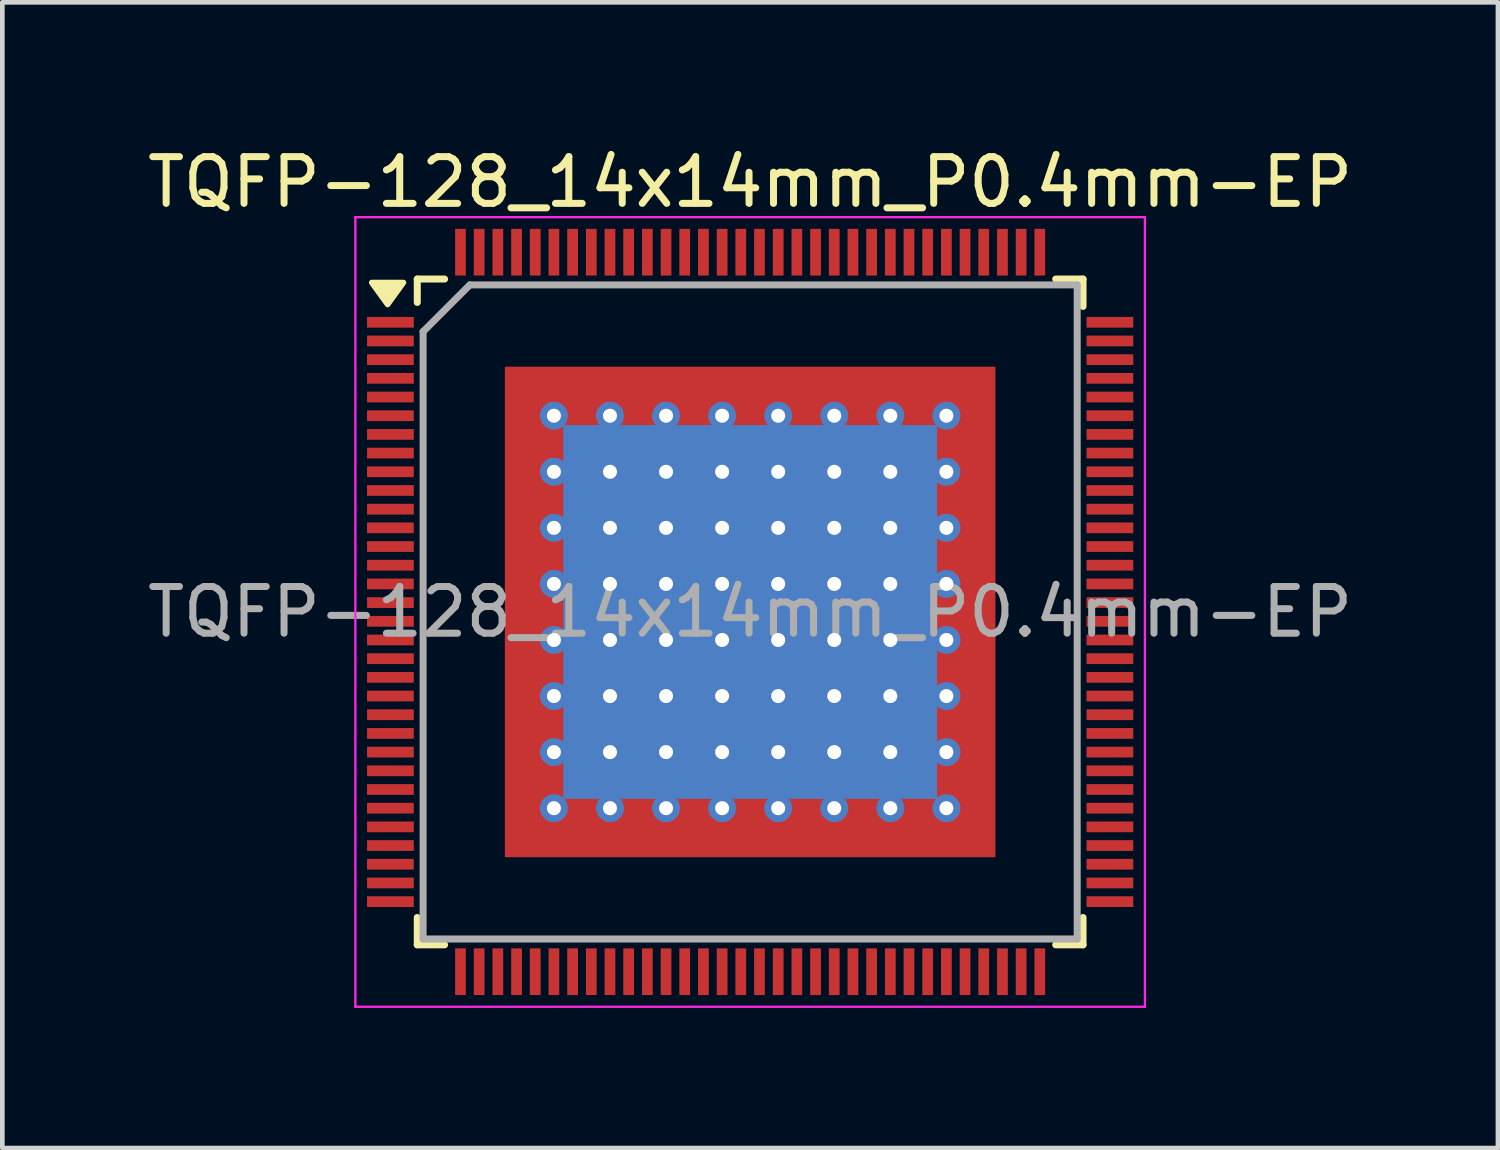
<source format=kicad_pcb>
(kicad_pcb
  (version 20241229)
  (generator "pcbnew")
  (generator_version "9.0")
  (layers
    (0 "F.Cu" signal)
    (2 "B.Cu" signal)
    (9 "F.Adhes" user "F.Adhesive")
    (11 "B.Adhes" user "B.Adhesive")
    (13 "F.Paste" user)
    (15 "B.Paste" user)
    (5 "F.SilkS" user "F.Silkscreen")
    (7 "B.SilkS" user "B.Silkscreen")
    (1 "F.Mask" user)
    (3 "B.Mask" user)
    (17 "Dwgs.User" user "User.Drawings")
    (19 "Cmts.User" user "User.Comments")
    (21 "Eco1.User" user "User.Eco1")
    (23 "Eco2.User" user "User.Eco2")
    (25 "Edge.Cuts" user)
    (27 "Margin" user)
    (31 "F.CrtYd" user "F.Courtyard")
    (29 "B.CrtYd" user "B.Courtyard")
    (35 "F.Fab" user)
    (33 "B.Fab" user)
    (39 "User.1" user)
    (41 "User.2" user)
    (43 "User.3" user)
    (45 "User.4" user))
  (footprint "TQFP-128_14x14mm_P0.4mm-EP"
    (layer "F.Cu")
    (at 13.006 10.048)
    (property "Reference" "TQFP-128_14x14mm_P0.4mm-EP" (at 0 -9.2 0) (layer "F.SilkS") (effects (font (size 1 1) (thickness 0.15))))
    (attr smd)
    (fp_line (start -7.125 -7.125) (end -7.125 -6.625) (stroke (width 0.15) (type solid)) (layer "F.SilkS"))
    (fp_line (start -7.125 -7.125) (end -6.54 -7.125) (stroke (width 0.15) (type solid)) (layer "F.SilkS"))
    (fp_line (start -7.125 7.125) (end -7.125 6.54) (stroke (width 0.15) (type solid)) (layer "F.SilkS"))
    (fp_line (start -7.125 7.125) (end -6.54 7.125) (stroke (width 0.15) (type solid)) (layer "F.SilkS"))
    (fp_line (start 7.125 -7.125) (end 6.54 -7.125) (stroke (width 0.15) (type solid)) (layer "F.SilkS"))
    (fp_line (start 7.125 -7.125) (end 7.125 -6.54) (stroke (width 0.15) (type solid)) (layer "F.SilkS"))
    (fp_line (start 7.125 7.125) (end 6.54 7.125) (stroke (width 0.15) (type solid)) (layer "F.SilkS"))
    (fp_line (start 7.125 7.125) (end 7.125 6.54) (stroke (width 0.15) (type solid)) (layer "F.SilkS"))
    (fp_poly (pts (xy -7.76 -6.58) (xy -8.1 -7.05) (xy -7.42 -7.05) (xy -7.76 -6.58)) (stroke (width 0.12) (type solid)) (fill yes) (layer "F.SilkS"))
    (fp_line (start -8.45 -8.45) (end -8.45 8.45) (stroke (width 0.05) (type solid)) (layer "F.CrtYd"))
    (fp_line (start -8.45 -8.45) (end 8.45 -8.45) (stroke (width 0.05) (type solid)) (layer "F.CrtYd"))
    (fp_line (start -8.45 8.45) (end 8.45 8.45) (stroke (width 0.05) (type solid)) (layer "F.CrtYd"))
    (fp_line (start 8.45 -8.45) (end 8.45 8.45) (stroke (width 0.05) (type solid)) (layer "F.CrtYd"))
    (fp_line (start -7 -6) (end -6 -7) (stroke (width 0.15) (type solid)) (layer "F.Fab"))
    (fp_line (start -7 7) (end -7 -6) (stroke (width 0.15) (type solid)) (layer "F.Fab"))
    (fp_line (start -6 -7) (end 7 -7) (stroke (width 0.15) (type solid)) (layer "F.Fab"))
    (fp_line (start 7 -7) (end 7 7) (stroke (width 0.15) (type solid)) (layer "F.Fab"))
    (fp_line (start 7 7) (end -7 7) (stroke (width 0.15) (type solid)) (layer "F.Fab"))
    (fp_text user "${REFERENCE}" (at 0 0 0) (layer "F.Fab") (effects (font (size 1 1) (thickness 0.15))))
    (pad "" smd rect (at -1.1 -1.1 180) (size 1.75 1.75) (layers "F.Paste"))
    (pad "" smd rect (at -1.1 1.1 180) (size 1.75 1.75) (layers "F.Paste"))
    (pad "" smd rect (at 0 0 180) (size 4.4 4.4) (layers "F.Mask"))
    (pad "" smd rect (at 1.1 -1.1 180) (size 1.75 1.75) (layers "F.Paste"))
    (pad "" smd rect (at 1.1 1.1 180) (size 1.75 1.75) (layers "F.Paste"))
    (pad "1" smd rect (at -7.7 -6.2) (size 1 0.23) (layers "F.Cu" "F.Mask" "F.Paste"))
    (pad "2" smd rect (at -7.7 -5.8) (size 1 0.23) (layers "F.Cu" "F.Mask" "F.Paste"))
    (pad "3" smd rect (at -7.7 -5.4) (size 1 0.23) (layers "F.Cu" "F.Mask" "F.Paste"))
    (pad "4" smd rect (at -7.7 -5) (size 1 0.23) (layers "F.Cu" "F.Mask" "F.Paste"))
    (pad "5" smd rect (at -7.7 -4.6) (size 1 0.23) (layers "F.Cu" "F.Mask" "F.Paste"))
    (pad "6" smd rect (at -7.7 -4.2) (size 1 0.23) (layers "F.Cu" "F.Mask" "F.Paste"))
    (pad "7" smd rect (at -7.7 -3.8) (size 1 0.23) (layers "F.Cu" "F.Mask" "F.Paste"))
    (pad "8" smd rect (at -7.7 -3.4) (size 1 0.23) (layers "F.Cu" "F.Mask" "F.Paste"))
    (pad "9" smd rect (at -7.7 -3) (size 1 0.23) (layers "F.Cu" "F.Mask" "F.Paste"))
    (pad "10" smd rect (at -7.7 -2.6) (size 1 0.23) (layers "F.Cu" "F.Mask" "F.Paste"))
    (pad "11" smd rect (at -7.7 -2.2) (size 1 0.23) (layers "F.Cu" "F.Mask" "F.Paste"))
    (pad "12" smd rect (at -7.7 -1.8) (size 1 0.23) (layers "F.Cu" "F.Mask" "F.Paste"))
    (pad "13" smd rect (at -7.7 -1.4) (size 1 0.23) (layers "F.Cu" "F.Mask" "F.Paste"))
    (pad "14" smd rect (at -7.7 -1) (size 1 0.23) (layers "F.Cu" "F.Mask" "F.Paste"))
    (pad "15" smd rect (at -7.7 -0.6) (size 1 0.23) (layers "F.Cu" "F.Mask" "F.Paste"))
    (pad "16" smd rect (at -7.7 -0.2) (size 1 0.23) (layers "F.Cu" "F.Mask" "F.Paste"))
    (pad "17" smd rect (at -7.7 0.2) (size 1 0.23) (layers "F.Cu" "F.Mask" "F.Paste"))
    (pad "18" smd rect (at -7.7 0.6) (size 1 0.23) (layers "F.Cu" "F.Mask" "F.Paste"))
    (pad "19" smd rect (at -7.7 1) (size 1 0.23) (layers "F.Cu" "F.Mask" "F.Paste"))
    (pad "20" smd rect (at -7.7 1.4) (size 1 0.23) (layers "F.Cu" "F.Mask" "F.Paste"))
    (pad "21" smd rect (at -7.7 1.8) (size 1 0.23) (layers "F.Cu" "F.Mask" "F.Paste"))
    (pad "22" smd rect (at -7.7 2.2) (size 1 0.23) (layers "F.Cu" "F.Mask" "F.Paste"))
    (pad "23" smd rect (at -7.7 2.6) (size 1 0.23) (layers "F.Cu" "F.Mask" "F.Paste"))
    (pad "24" smd rect (at -7.7 3) (size 1 0.23) (layers "F.Cu" "F.Mask" "F.Paste"))
    (pad "25" smd rect (at -7.7 3.4) (size 1 0.23) (layers "F.Cu" "F.Mask" "F.Paste"))
    (pad "26" smd rect (at -7.7 3.8) (size 1 0.23) (layers "F.Cu" "F.Mask" "F.Paste"))
    (pad "27" smd rect (at -7.7 4.2) (size 1 0.23) (layers "F.Cu" "F.Mask" "F.Paste"))
    (pad "28" smd rect (at -7.7 4.6) (size 1 0.23) (layers "F.Cu" "F.Mask" "F.Paste"))
    (pad "29" smd rect (at -7.7 5) (size 1 0.23) (layers "F.Cu" "F.Mask" "F.Paste"))
    (pad "30" smd rect (at -7.7 5.4) (size 1 0.23) (layers "F.Cu" "F.Mask" "F.Paste"))
    (pad "31" smd rect (at -7.7 5.8) (size 1 0.23) (layers "F.Cu" "F.Mask" "F.Paste"))
    (pad "32" smd rect (at -7.7 6.2) (size 1 0.23) (layers "F.Cu" "F.Mask" "F.Paste"))
    (pad "33" smd rect (at -6.2 7.7 90) (size 1 0.23) (layers "F.Cu" "F.Mask" "F.Paste"))
    (pad "34" smd rect (at -5.8 7.7 90) (size 1 0.23) (layers "F.Cu" "F.Mask" "F.Paste"))
    (pad "35" smd rect (at -5.4 7.7 90) (size 1 0.23) (layers "F.Cu" "F.Mask" "F.Paste"))
    (pad "36" smd rect (at -5 7.7 90) (size 1 0.23) (layers "F.Cu" "F.Mask" "F.Paste"))
    (pad "37" smd rect (at -4.6 7.7 90) (size 1 0.23) (layers "F.Cu" "F.Mask" "F.Paste"))
    (pad "38" smd rect (at -4.2 7.7 90) (size 1 0.23) (layers "F.Cu" "F.Mask" "F.Paste"))
    (pad "39" smd rect (at -3.8 7.7 90) (size 1 0.23) (layers "F.Cu" "F.Mask" "F.Paste"))
    (pad "40" smd rect (at -3.4 7.7 90) (size 1 0.23) (layers "F.Cu" "F.Mask" "F.Paste"))
    (pad "41" smd rect (at -3 7.7 90) (size 1 0.23) (layers "F.Cu" "F.Mask" "F.Paste"))
    (pad "42" smd rect (at -2.6 7.7 90) (size 1 0.23) (layers "F.Cu" "F.Mask" "F.Paste"))
    (pad "43" smd rect (at -2.2 7.7 90) (size 1 0.23) (layers "F.Cu" "F.Mask" "F.Paste"))
    (pad "44" smd rect (at -1.8 7.7 90) (size 1 0.23) (layers "F.Cu" "F.Mask" "F.Paste"))
    (pad "45" smd rect (at -1.4 7.7 90) (size 1 0.23) (layers "F.Cu" "F.Mask" "F.Paste"))
    (pad "46" smd rect (at -1 7.7 90) (size 1 0.23) (layers "F.Cu" "F.Mask" "F.Paste"))
    (pad "47" smd rect (at -0.6 7.7 90) (size 1 0.23) (layers "F.Cu" "F.Mask" "F.Paste"))
    (pad "48" smd rect (at -0.2 7.7 90) (size 1 0.23) (layers "F.Cu" "F.Mask" "F.Paste"))
    (pad "49" smd rect (at 0.2 7.7 90) (size 1 0.23) (layers "F.Cu" "F.Mask" "F.Paste"))
    (pad "50" smd rect (at 0.6 7.7 90) (size 1 0.23) (layers "F.Cu" "F.Mask" "F.Paste"))
    (pad "51" smd rect (at 1 7.7 90) (size 1 0.23) (layers "F.Cu" "F.Mask" "F.Paste"))
    (pad "52" smd rect (at 1.4 7.7 90) (size 1 0.23) (layers "F.Cu" "F.Mask" "F.Paste"))
    (pad "53" smd rect (at 1.8 7.7 90) (size 1 0.23) (layers "F.Cu" "F.Mask" "F.Paste"))
    (pad "54" smd rect (at 2.2 7.7 90) (size 1 0.23) (layers "F.Cu" "F.Mask" "F.Paste"))
    (pad "55" smd rect (at 2.6 7.7 90) (size 1 0.23) (layers "F.Cu" "F.Mask" "F.Paste"))
    (pad "56" smd rect (at 3 7.7 90) (size 1 0.23) (layers "F.Cu" "F.Mask" "F.Paste"))
    (pad "57" smd rect (at 3.4 7.7 90) (size 1 0.23) (layers "F.Cu" "F.Mask" "F.Paste"))
    (pad "58" smd rect (at 3.8 7.7 90) (size 1 0.23) (layers "F.Cu" "F.Mask" "F.Paste"))
    (pad "59" smd rect (at 4.2 7.7 90) (size 1 0.23) (layers "F.Cu" "F.Mask" "F.Paste"))
    (pad "60" smd rect (at 4.6 7.7 90) (size 1 0.23) (layers "F.Cu" "F.Mask" "F.Paste"))
    (pad "61" smd rect (at 5 7.7 90) (size 1 0.23) (layers "F.Cu" "F.Mask" "F.Paste"))
    (pad "62" smd rect (at 5.4 7.7 90) (size 1 0.23) (layers "F.Cu" "F.Mask" "F.Paste"))
    (pad "63" smd rect (at 5.8 7.7 90) (size 1 0.23) (layers "F.Cu" "F.Mask" "F.Paste"))
    (pad "64" smd rect (at 6.2 7.7 90) (size 1 0.23) (layers "F.Cu" "F.Mask" "F.Paste"))
    (pad "65" smd rect (at 0 0 180) (size 8 8) (layers "B.Cu"))
    (pad "65" smd rect (at 7.7 6.2) (size 1 0.23) (layers "F.Cu" "F.Mask" "F.Paste"))
    (pad "66" smd rect (at 7.7 5.8) (size 1 0.23) (layers "F.Cu" "F.Mask" "F.Paste"))
    (pad "67" smd rect (at 7.7 5.4) (size 1 0.23) (layers "F.Cu" "F.Mask" "F.Paste"))
    (pad "68" smd rect (at 7.7 5) (size 1 0.23) (layers "F.Cu" "F.Mask" "F.Paste"))
    (pad "69" smd rect (at 7.7 4.6) (size 1 0.23) (layers "F.Cu" "F.Mask" "F.Paste"))
    (pad "70" smd rect (at 7.7 4.2) (size 1 0.23) (layers "F.Cu" "F.Mask" "F.Paste"))
    (pad "71" smd rect (at 7.7 3.8) (size 1 0.23) (layers "F.Cu" "F.Mask" "F.Paste"))
    (pad "72" smd rect (at 7.7 3.4) (size 1 0.23) (layers "F.Cu" "F.Mask" "F.Paste"))
    (pad "73" smd rect (at 7.7 3) (size 1 0.23) (layers "F.Cu" "F.Mask" "F.Paste"))
    (pad "74" smd rect (at 7.7 2.6) (size 1 0.23) (layers "F.Cu" "F.Mask" "F.Paste"))
    (pad "75" smd rect (at 7.7 2.2) (size 1 0.23) (layers "F.Cu" "F.Mask" "F.Paste"))
    (pad "76" smd rect (at 7.7 1.8) (size 1 0.23) (layers "F.Cu" "F.Mask" "F.Paste"))
    (pad "77" smd rect (at 7.7 1.4) (size 1 0.23) (layers "F.Cu" "F.Mask" "F.Paste"))
    (pad "78" smd rect (at 7.7 1) (size 1 0.23) (layers "F.Cu" "F.Mask" "F.Paste"))
    (pad "79" smd rect (at 7.7 0.6) (size 1 0.23) (layers "F.Cu" "F.Mask" "F.Paste"))
    (pad "80" smd rect (at 7.7 0.2) (size 1 0.23) (layers "F.Cu" "F.Mask" "F.Paste"))
    (pad "81" smd rect (at 7.7 -0.2) (size 1 0.23) (layers "F.Cu" "F.Mask" "F.Paste"))
    (pad "82" smd rect (at 7.7 -0.6) (size 1 0.23) (layers "F.Cu" "F.Mask" "F.Paste"))
    (pad "83" smd rect (at 7.7 -1) (size 1 0.23) (layers "F.Cu" "F.Mask" "F.Paste"))
    (pad "84" smd rect (at 7.7 -1.4) (size 1 0.23) (layers "F.Cu" "F.Mask" "F.Paste"))
    (pad "85" smd rect (at 7.7 -1.8) (size 1 0.23) (layers "F.Cu" "F.Mask" "F.Paste"))
    (pad "86" smd rect (at 7.7 -2.2) (size 1 0.23) (layers "F.Cu" "F.Mask" "F.Paste"))
    (pad "87" smd rect (at 7.7 -2.6) (size 1 0.23) (layers "F.Cu" "F.Mask" "F.Paste"))
    (pad "88" smd rect (at 7.7 -3) (size 1 0.23) (layers "F.Cu" "F.Mask" "F.Paste"))
    (pad "89" smd rect (at 7.7 -3.4) (size 1 0.23) (layers "F.Cu" "F.Mask" "F.Paste"))
    (pad "90" smd rect (at 7.7 -3.8) (size 1 0.23) (layers "F.Cu" "F.Mask" "F.Paste"))
    (pad "91" smd rect (at 7.7 -4.2) (size 1 0.23) (layers "F.Cu" "F.Mask" "F.Paste"))
    (pad "92" smd rect (at 7.7 -4.6) (size 1 0.23) (layers "F.Cu" "F.Mask" "F.Paste"))
    (pad "93" smd rect (at 7.7 -5) (size 1 0.23) (layers "F.Cu" "F.Mask" "F.Paste"))
    (pad "94" smd rect (at 7.7 -5.4) (size 1 0.23) (layers "F.Cu" "F.Mask" "F.Paste"))
    (pad "95" smd rect (at 7.7 -5.8) (size 1 0.23) (layers "F.Cu" "F.Mask" "F.Paste"))
    (pad "96" smd rect (at 7.7 -6.2) (size 1 0.23) (layers "F.Cu" "F.Mask" "F.Paste"))
    (pad "97" smd rect (at 6.2 -7.7 90) (size 1 0.23) (layers "F.Cu" "F.Mask" "F.Paste"))
    (pad "98" smd rect (at 5.8 -7.7 90) (size 1 0.23) (layers "F.Cu" "F.Mask" "F.Paste"))
    (pad "99" smd rect (at 5.4 -7.7 90) (size 1 0.23) (layers "F.Cu" "F.Mask" "F.Paste"))
    (pad "100" smd rect (at 5 -7.7 90) (size 1 0.23) (layers "F.Cu" "F.Mask" "F.Paste"))
    (pad "101" smd rect (at 4.6 -7.7 90) (size 1 0.23) (layers "F.Cu" "F.Mask" "F.Paste"))
    (pad "102" smd rect (at 4.2 -7.7 90) (size 1 0.23) (layers "F.Cu" "F.Mask" "F.Paste"))
    (pad "103" smd rect (at 3.8 -7.7 90) (size 1 0.23) (layers "F.Cu" "F.Mask" "F.Paste"))
    (pad "104" smd rect (at 3.4 -7.7 90) (size 1 0.23) (layers "F.Cu" "F.Mask" "F.Paste"))
    (pad "105" smd rect (at 3 -7.7 90) (size 1 0.23) (layers "F.Cu" "F.Mask" "F.Paste"))
    (pad "106" smd rect (at 2.6 -7.7 90) (size 1 0.23) (layers "F.Cu" "F.Mask" "F.Paste"))
    (pad "107" smd rect (at 2.2 -7.7 90) (size 1 0.23) (layers "F.Cu" "F.Mask" "F.Paste"))
    (pad "108" smd rect (at 1.8 -7.7 90) (size 1 0.23) (layers "F.Cu" "F.Mask" "F.Paste"))
    (pad "109" smd rect (at 1.4 -7.7 90) (size 1 0.23) (layers "F.Cu" "F.Mask" "F.Paste"))
    (pad "110" smd rect (at 1 -7.7 90) (size 1 0.23) (layers "F.Cu" "F.Mask" "F.Paste"))
    (pad "111" smd rect (at 0.6 -7.7 90) (size 1 0.23) (layers "F.Cu" "F.Mask" "F.Paste"))
    (pad "112" smd rect (at 0.2 -7.7 90) (size 1 0.23) (layers "F.Cu" "F.Mask" "F.Paste"))
    (pad "113" smd rect (at -0.2 -7.7 90) (size 1 0.23) (layers "F.Cu" "F.Mask" "F.Paste"))
    (pad "114" smd rect (at -0.6 -7.7 90) (size 1 0.23) (layers "F.Cu" "F.Mask" "F.Paste"))
    (pad "115" smd rect (at -1 -7.7 90) (size 1 0.23) (layers "F.Cu" "F.Mask" "F.Paste"))
    (pad "116" smd rect (at -1.4 -7.7 90) (size 1 0.23) (layers "F.Cu" "F.Mask" "F.Paste"))
    (pad "117" smd rect (at -1.8 -7.7 90) (size 1 0.23) (layers "F.Cu" "F.Mask" "F.Paste"))
    (pad "118" smd rect (at -2.2 -7.7 90) (size 1 0.23) (layers "F.Cu" "F.Mask" "F.Paste"))
    (pad "119" smd rect (at -2.6 -7.7 90) (size 1 0.23) (layers "F.Cu" "F.Mask" "F.Paste"))
    (pad "120" smd rect (at -3 -7.7 90) (size 1 0.23) (layers "F.Cu" "F.Mask" "F.Paste"))
    (pad "121" smd rect (at -3.4 -7.7 90) (size 1 0.23) (layers "F.Cu" "F.Mask" "F.Paste"))
    (pad "122" smd rect (at -3.8 -7.7 90) (size 1 0.23) (layers "F.Cu" "F.Mask" "F.Paste"))
    (pad "123" smd rect (at -4.2 -7.7 90) (size 1 0.23) (layers "F.Cu" "F.Mask" "F.Paste"))
    (pad "124" smd rect (at -4.6 -7.7 90) (size 1 0.23) (layers "F.Cu" "F.Mask" "F.Paste"))
    (pad "125" smd rect (at -5 -7.7 90) (size 1 0.23) (layers "F.Cu" "F.Mask" "F.Paste"))
    (pad "126" smd rect (at -5.4 -7.7 90) (size 1 0.23) (layers "F.Cu" "F.Mask" "F.Paste"))
    (pad "127" smd rect (at -5.8 -7.7 90) (size 1 0.23) (layers "F.Cu" "F.Mask" "F.Paste"))
    (pad "128" smd rect (at -6.2 -7.7 90) (size 1 0.23) (layers "F.Cu" "F.Mask" "F.Paste"))
    (pad "129" thru_hole circle (at -4.2 -4.2 90) (size 0.6 0.6) (drill 0.3) (layers "*.Cu"))
    (pad "129" thru_hole circle (at -4.2 -3 90) (size 0.6 0.6) (drill 0.3) (layers "*.Cu"))
    (pad "129" thru_hole circle (at -4.2 -1.8 90) (size 0.6 0.6) (drill 0.3) (layers "*.Cu"))
    (pad "129" thru_hole circle (at -4.2 -0.6 90) (size 0.6 0.6) (drill 0.3) (layers "*.Cu"))
    (pad "129" thru_hole circle (at -4.2 0.6 90) (size 0.6 0.6) (drill 0.3) (layers "*.Cu"))
    (pad "129" thru_hole circle (at -4.2 1.8 90) (size 0.6 0.6) (drill 0.3) (layers "*.Cu"))
    (pad "129" thru_hole circle (at -4.2 3 90) (size 0.6 0.6) (drill 0.3) (layers "*.Cu"))
    (pad "129" thru_hole circle (at -4.2 4.2 90) (size 0.6 0.6) (drill 0.3) (layers "*.Cu"))
    (pad "129" thru_hole circle (at -3 -4.2 90) (size 0.6 0.6) (drill 0.3) (layers "*.Cu"))
    (pad "129" thru_hole circle (at -3 -3 90) (size 0.6 0.6) (drill 0.3) (layers "*.Cu"))
    (pad "129" thru_hole circle (at -3 -1.8 90) (size 0.6 0.6) (drill 0.3) (layers "*.Cu"))
    (pad "129" thru_hole circle (at -3 -0.6 90) (size 0.6 0.6) (drill 0.3) (layers "*.Cu"))
    (pad "129" thru_hole circle (at -3 0.6 90) (size 0.6 0.6) (drill 0.3) (layers "*.Cu"))
    (pad "129" thru_hole circle (at -3 1.8 90) (size 0.6 0.6) (drill 0.3) (layers "*.Cu"))
    (pad "129" thru_hole circle (at -3 3 90) (size 0.6 0.6) (drill 0.3) (layers "*.Cu"))
    (pad "129" thru_hole circle (at -3 4.2 90) (size 0.6 0.6) (drill 0.3) (layers "*.Cu"))
    (pad "129" thru_hole circle (at -1.8 -4.2 90) (size 0.6 0.6) (drill 0.3) (layers "*.Cu"))
    (pad "129" thru_hole circle (at -1.8 -3 90) (size 0.6 0.6) (drill 0.3) (layers "*.Cu"))
    (pad "129" thru_hole circle (at -1.8 -1.8 90) (size 0.6 0.6) (drill 0.3) (layers "*.Cu"))
    (pad "129" thru_hole circle (at -1.8 -0.6 90) (size 0.6 0.6) (drill 0.3) (layers "*.Cu"))
    (pad "129" thru_hole circle (at -1.8 0.6 90) (size 0.6 0.6) (drill 0.3) (layers "*.Cu"))
    (pad "129" thru_hole circle (at -1.8 1.8 90) (size 0.6 0.6) (drill 0.3) (layers "*.Cu"))
    (pad "129" thru_hole circle (at -1.8 3 90) (size 0.6 0.6) (drill 0.3) (layers "*.Cu"))
    (pad "129" thru_hole circle (at -1.8 4.2 90) (size 0.6 0.6) (drill 0.3) (layers "*.Cu"))
    (pad "129" thru_hole circle (at -0.6 -4.2 90) (size 0.6 0.6) (drill 0.3) (layers "*.Cu"))
    (pad "129" thru_hole circle (at -0.6 -3 90) (size 0.6 0.6) (drill 0.3) (layers "*.Cu"))
    (pad "129" thru_hole circle (at -0.6 -1.8 90) (size 0.6 0.6) (drill 0.3) (layers "*.Cu"))
    (pad "129" thru_hole circle (at -0.6 -0.6 90) (size 0.6 0.6) (drill 0.3) (layers "*.Cu"))
    (pad "129" thru_hole circle (at -0.6 0.6 90) (size 0.6 0.6) (drill 0.3) (layers "*.Cu"))
    (pad "129" thru_hole circle (at -0.6 1.8 90) (size 0.6 0.6) (drill 0.3) (layers "*.Cu"))
    (pad "129" thru_hole circle (at -0.6 3 90) (size 0.6 0.6) (drill 0.3) (layers "*.Cu"))
    (pad "129" thru_hole circle (at -0.6 4.2 90) (size 0.6 0.6) (drill 0.3) (layers "*.Cu"))
    (pad "129" smd rect (at 0 0 180) (size 10.5 10.5) (layers "F.Cu"))
    (pad "129" thru_hole circle (at 0.6 -4.2 90) (size 0.6 0.6) (drill 0.3) (layers "*.Cu"))
    (pad "129" thru_hole circle (at 0.6 -3 90) (size 0.6 0.6) (drill 0.3) (layers "*.Cu"))
    (pad "129" thru_hole circle (at 0.6 -1.8 90) (size 0.6 0.6) (drill 0.3) (layers "*.Cu"))
    (pad "129" thru_hole circle (at 0.6 -0.6 90) (size 0.6 0.6) (drill 0.3) (layers "*.Cu"))
    (pad "129" thru_hole circle (at 0.6 0.6 90) (size 0.6 0.6) (drill 0.3) (layers "*.Cu"))
    (pad "129" thru_hole circle (at 0.6 1.8 90) (size 0.6 0.6) (drill 0.3) (layers "*.Cu"))
    (pad "129" thru_hole circle (at 0.6 3 90) (size 0.6 0.6) (drill 0.3) (layers "*.Cu"))
    (pad "129" thru_hole circle (at 0.6 4.2 90) (size 0.6 0.6) (drill 0.3) (layers "*.Cu"))
    (pad "129" thru_hole circle (at 1.8 -4.2 90) (size 0.6 0.6) (drill 0.3) (layers "*.Cu"))
    (pad "129" thru_hole circle (at 1.8 -3 90) (size 0.6 0.6) (drill 0.3) (layers "*.Cu"))
    (pad "129" thru_hole circle (at 1.8 -1.8 90) (size 0.6 0.6) (drill 0.3) (layers "*.Cu"))
    (pad "129" thru_hole circle (at 1.8 -0.6 90) (size 0.6 0.6) (drill 0.3) (layers "*.Cu"))
    (pad "129" thru_hole circle (at 1.8 0.6 90) (size 0.6 0.6) (drill 0.3) (layers "*.Cu"))
    (pad "129" thru_hole circle (at 1.8 1.8 90) (size 0.6 0.6) (drill 0.3) (layers "*.Cu"))
    (pad "129" thru_hole circle (at 1.8 3 90) (size 0.6 0.6) (drill 0.3) (layers "*.Cu"))
    (pad "129" thru_hole circle (at 1.8 4.2 90) (size 0.6 0.6) (drill 0.3) (layers "*.Cu"))
    (pad "129" thru_hole circle (at 3 -4.2 90) (size 0.6 0.6) (drill 0.3) (layers "*.Cu"))
    (pad "129" thru_hole circle (at 3 -3 90) (size 0.6 0.6) (drill 0.3) (layers "*.Cu"))
    (pad "129" thru_hole circle (at 3 -1.8 90) (size 0.6 0.6) (drill 0.3) (layers "*.Cu"))
    (pad "129" thru_hole circle (at 3 -0.6 90) (size 0.6 0.6) (drill 0.3) (layers "*.Cu"))
    (pad "129" thru_hole circle (at 3 0.6 90) (size 0.6 0.6) (drill 0.3) (layers "*.Cu"))
    (pad "129" thru_hole circle (at 3 1.8 90) (size 0.6 0.6) (drill 0.3) (layers "*.Cu"))
    (pad "129" thru_hole circle (at 3 3 90) (size 0.6 0.6) (drill 0.3) (layers "*.Cu"))
    (pad "129" thru_hole circle (at 3 4.2 90) (size 0.6 0.6) (drill 0.3) (layers "*.Cu"))
    (pad "129" thru_hole circle (at 4.2 -4.2 90) (size 0.6 0.6) (drill 0.3) (layers "*.Cu"))
    (pad "129" thru_hole circle (at 4.2 -3 90) (size 0.6 0.6) (drill 0.3) (layers "*.Cu"))
    (pad "129" thru_hole circle (at 4.2 -1.8 90) (size 0.6 0.6) (drill 0.3) (layers "*.Cu"))
    (pad "129" thru_hole circle (at 4.2 -0.6 90) (size 0.6 0.6) (drill 0.3) (layers "*.Cu"))
    (pad "129" thru_hole circle (at 4.2 0.6 90) (size 0.6 0.6) (drill 0.3) (layers "*.Cu"))
    (pad "129" thru_hole circle (at 4.2 1.8 90) (size 0.6 0.6) (drill 0.3) (layers "*.Cu"))
    (pad "129" thru_hole circle (at 4.2 3 90) (size 0.6 0.6) (drill 0.3) (layers "*.Cu"))
    (pad "129" thru_hole circle (at 4.2 4.2 90) (size 0.6 0.6) (drill 0.3) (layers "*.Cu")))
  (gr_rect
    (start -3 -3)
    (end 29.012 21.523)
    (stroke (width 0.1) (type default))
    (fill no)
    (layer "Edge.Cuts")))
</source>
